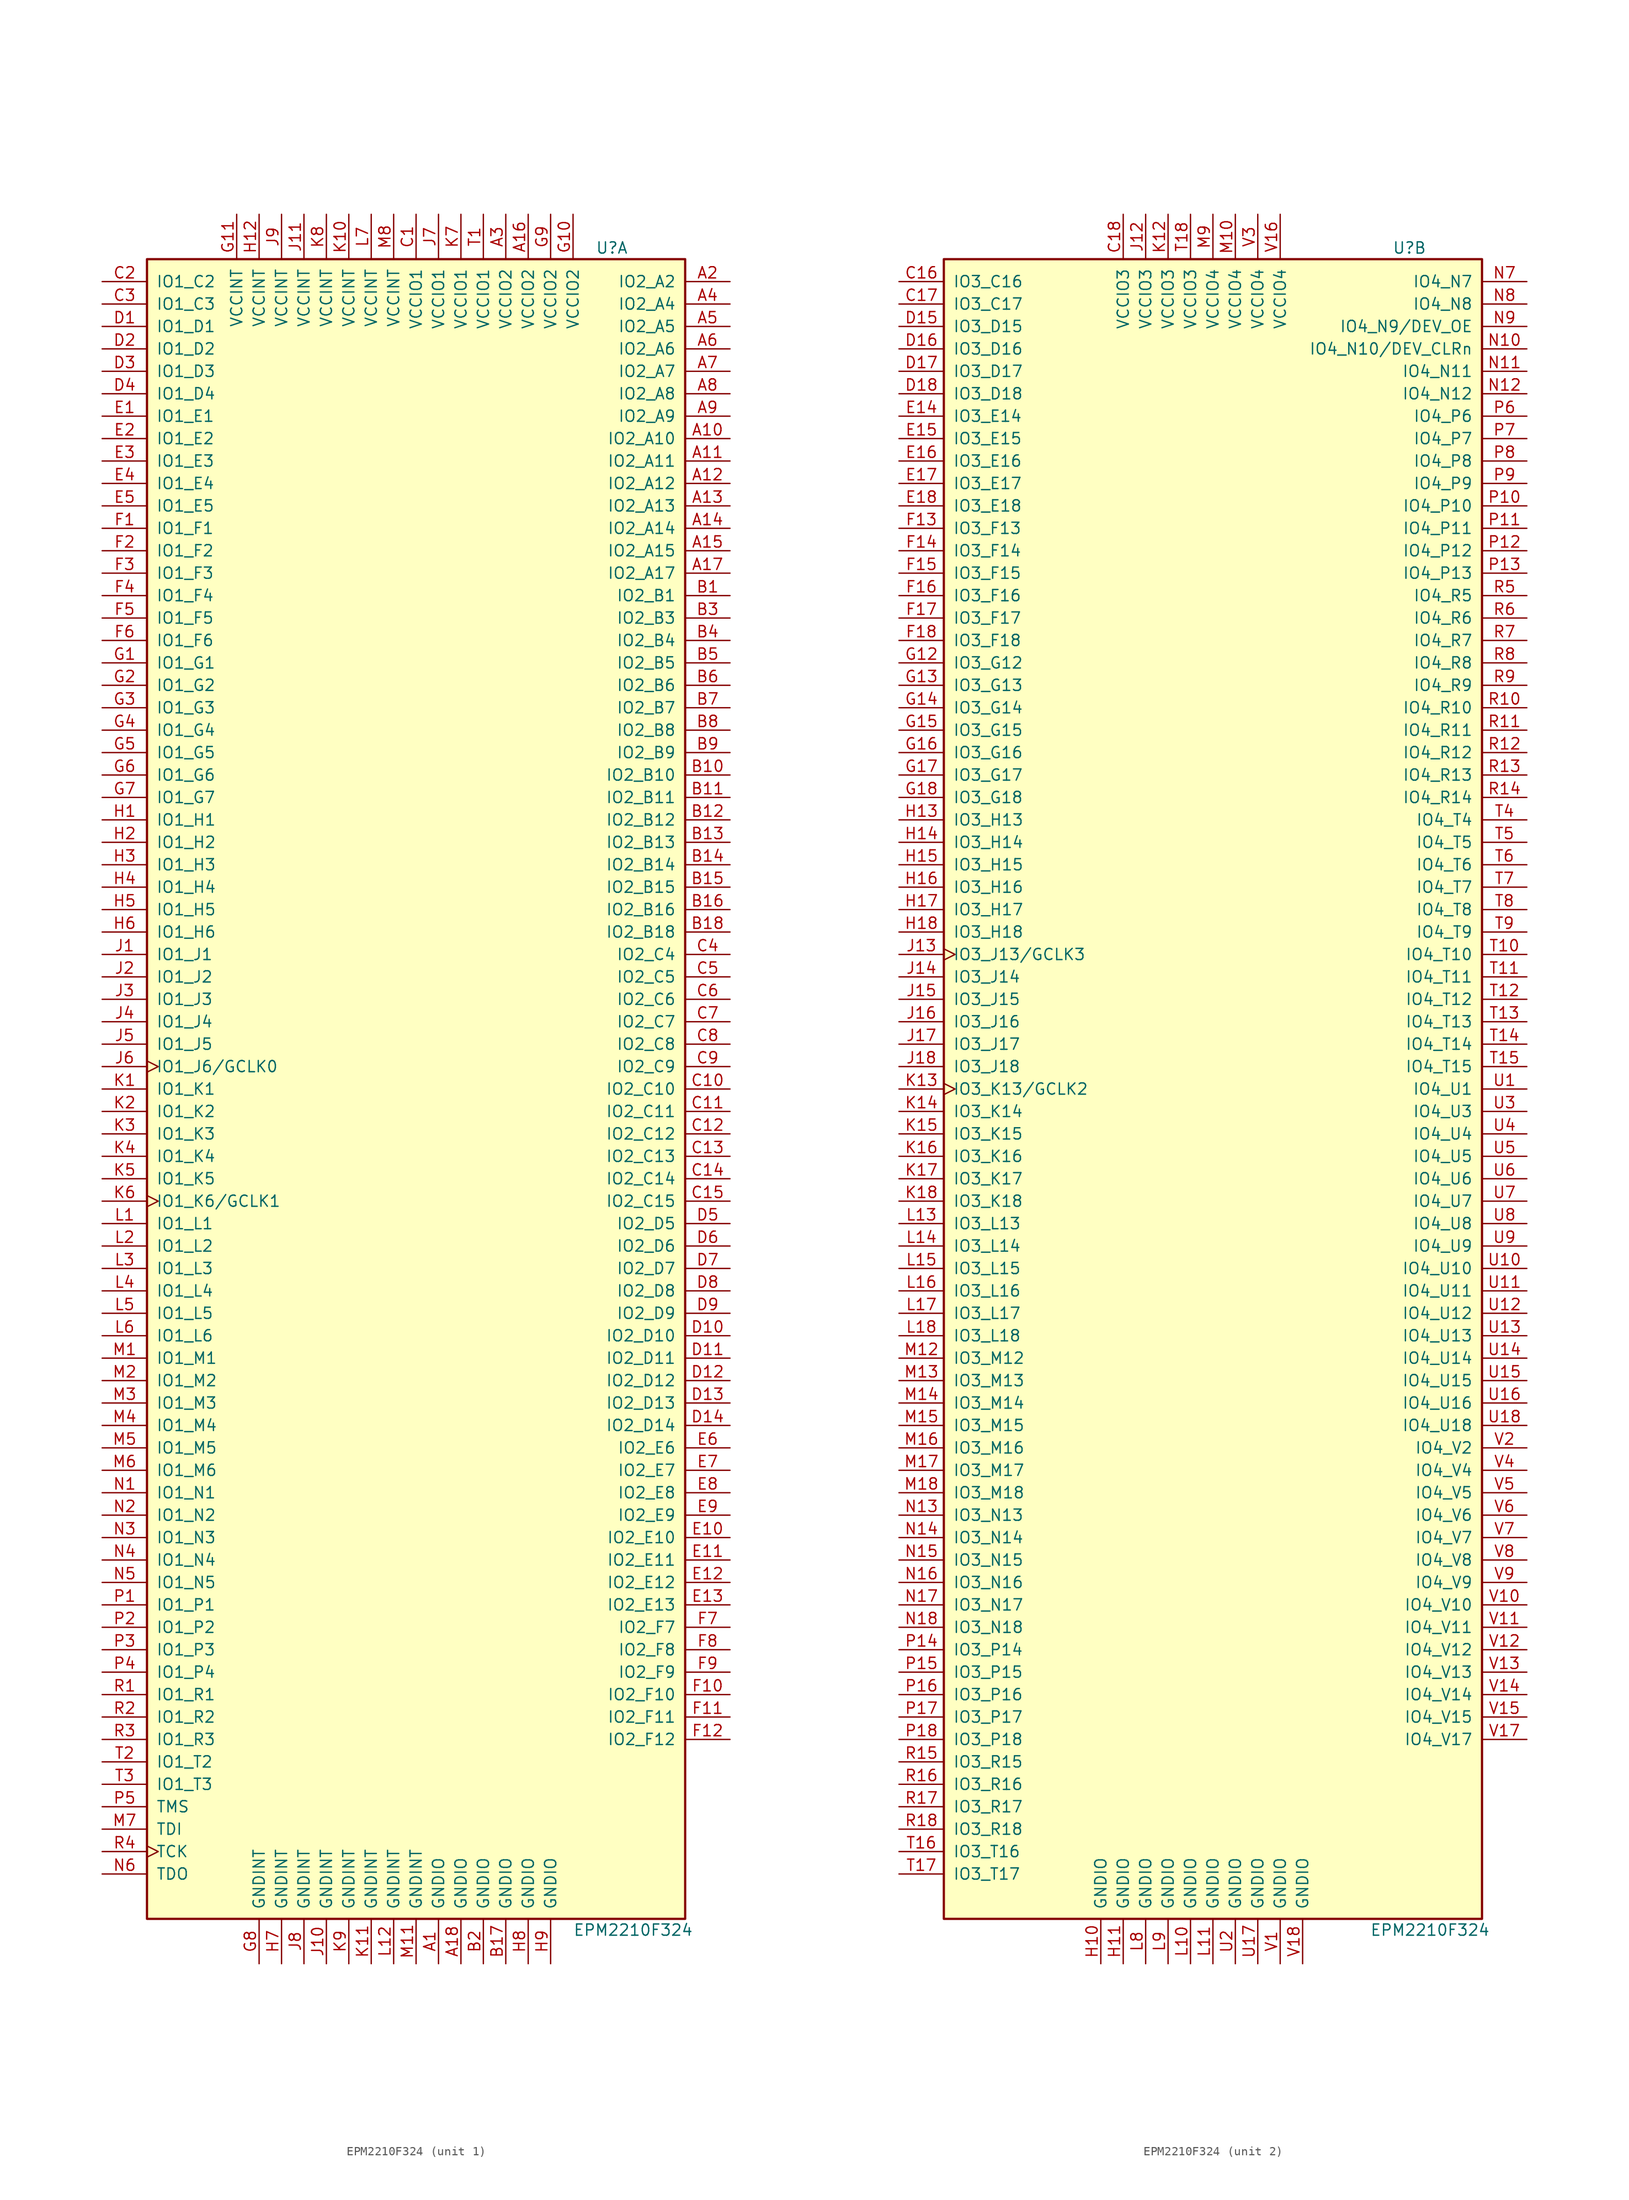
<source format=kicad_sym>
(kicad_symbol_lib
  (version 20241209)
  (generator "kicad_symbol_editor")
  (generator_version "9.0")
  (symbol "EPM2210F324"
    (pin_names
      (offset 1.016))
    (property "Reference" "U"
      (at 20.32 95.25 0)
      (effects (font (size 1.27 1.27)) (justify left)))
    (property "Value" "EPM2210F324"
      (at 17.78 -95.25 0)
      (effects (font (size 1.27 1.27)) (justify left)))
    (property "ki_locked" ""
      (at 0 0 0)
      (effects (font (size 1.27 1.27))))
    (symbol "EPM2210F324_1_1"
      (rectangle (start -30.48 93.98) (end 30.48 -93.98) (stroke (width 0.254) (type default)) (fill (type background)))
      (pin bidirectional line (at -35.56 91.44 0) (length 5.08) (name "IO1_C2" (effects (font (size 1.27 1.27)))) (number "C2" (effects (font (size 1.27 1.27)))))
      (pin bidirectional line (at -35.56 88.9 0) (length 5.08) (name "IO1_C3" (effects (font (size 1.27 1.27)))) (number "C3" (effects (font (size 1.27 1.27)))))
      (pin bidirectional line (at -35.56 86.36 0) (length 5.08) (name "IO1_D1" (effects (font (size 1.27 1.27)))) (number "D1" (effects (font (size 1.27 1.27)))))
      (pin bidirectional line (at -35.56 83.82 0) (length 5.08) (name "IO1_D2" (effects (font (size 1.27 1.27)))) (number "D2" (effects (font (size 1.27 1.27)))))
      (pin bidirectional line (at -35.56 81.28 0) (length 5.08) (name "IO1_D3" (effects (font (size 1.27 1.27)))) (number "D3" (effects (font (size 1.27 1.27)))))
      (pin bidirectional line (at -35.56 78.74 0) (length 5.08) (name "IO1_D4" (effects (font (size 1.27 1.27)))) (number "D4" (effects (font (size 1.27 1.27)))))
      (pin bidirectional line (at -35.56 76.2 0) (length 5.08) (name "IO1_E1" (effects (font (size 1.27 1.27)))) (number "E1" (effects (font (size 1.27 1.27)))))
      (pin bidirectional line (at -35.56 73.66 0) (length 5.08) (name "IO1_E2" (effects (font (size 1.27 1.27)))) (number "E2" (effects (font (size 1.27 1.27)))))
      (pin bidirectional line (at -35.56 71.12 0) (length 5.08) (name "IO1_E3" (effects (font (size 1.27 1.27)))) (number "E3" (effects (font (size 1.27 1.27)))))
      (pin bidirectional line (at -35.56 68.58 0) (length 5.08) (name "IO1_E4" (effects (font (size 1.27 1.27)))) (number "E4" (effects (font (size 1.27 1.27)))))
      (pin bidirectional line (at -35.56 66.04 0) (length 5.08) (name "IO1_E5" (effects (font (size 1.27 1.27)))) (number "E5" (effects (font (size 1.27 1.27)))))
      (pin bidirectional line (at -35.56 63.5 0) (length 5.08) (name "IO1_F1" (effects (font (size 1.27 1.27)))) (number "F1" (effects (font (size 1.27 1.27)))))
      (pin bidirectional line (at -35.56 60.96 0) (length 5.08) (name "IO1_F2" (effects (font (size 1.27 1.27)))) (number "F2" (effects (font (size 1.27 1.27)))))
      (pin bidirectional line (at -35.56 58.42 0) (length 5.08) (name "IO1_F3" (effects (font (size 1.27 1.27)))) (number "F3" (effects (font (size 1.27 1.27)))))
      (pin bidirectional line (at -35.56 55.88 0) (length 5.08) (name "IO1_F4" (effects (font (size 1.27 1.27)))) (number "F4" (effects (font (size 1.27 1.27)))))
      (pin bidirectional line (at -35.56 53.34 0) (length 5.08) (name "IO1_F5" (effects (font (size 1.27 1.27)))) (number "F5" (effects (font (size 1.27 1.27)))))
      (pin bidirectional line (at -35.56 50.8 0) (length 5.08) (name "IO1_F6" (effects (font (size 1.27 1.27)))) (number "F6" (effects (font (size 1.27 1.27)))))
      (pin bidirectional line (at -35.56 48.26 0) (length 5.08) (name "IO1_G1" (effects (font (size 1.27 1.27)))) (number "G1" (effects (font (size 1.27 1.27)))))
      (pin bidirectional line (at -35.56 45.72 0) (length 5.08) (name "IO1_G2" (effects (font (size 1.27 1.27)))) (number "G2" (effects (font (size 1.27 1.27)))))
      (pin bidirectional line (at -35.56 43.18 0) (length 5.08) (name "IO1_G3" (effects (font (size 1.27 1.27)))) (number "G3" (effects (font (size 1.27 1.27)))))
      (pin bidirectional line (at -35.56 40.64 0) (length 5.08) (name "IO1_G4" (effects (font (size 1.27 1.27)))) (number "G4" (effects (font (size 1.27 1.27)))))
      (pin bidirectional line (at -35.56 38.1 0) (length 5.08) (name "IO1_G5" (effects (font (size 1.27 1.27)))) (number "G5" (effects (font (size 1.27 1.27)))))
      (pin bidirectional line (at -35.56 35.56 0) (length 5.08) (name "IO1_G6" (effects (font (size 1.27 1.27)))) (number "G6" (effects (font (size 1.27 1.27)))))
      (pin bidirectional line (at -35.56 33.02 0) (length 5.08) (name "IO1_G7" (effects (font (size 1.27 1.27)))) (number "G7" (effects (font (size 1.27 1.27)))))
      (pin bidirectional line (at -35.56 30.48 0) (length 5.08) (name "IO1_H1" (effects (font (size 1.27 1.27)))) (number "H1" (effects (font (size 1.27 1.27)))))
      (pin bidirectional line (at -35.56 27.94 0) (length 5.08) (name "IO1_H2" (effects (font (size 1.27 1.27)))) (number "H2" (effects (font (size 1.27 1.27)))))
      (pin bidirectional line (at -35.56 25.4 0) (length 5.08) (name "IO1_H3" (effects (font (size 1.27 1.27)))) (number "H3" (effects (font (size 1.27 1.27)))))
      (pin bidirectional line (at -35.56 22.86 0) (length 5.08) (name "IO1_H4" (effects (font (size 1.27 1.27)))) (number "H4" (effects (font (size 1.27 1.27)))))
      (pin bidirectional line (at -35.56 20.32 0) (length 5.08) (name "IO1_H5" (effects (font (size 1.27 1.27)))) (number "H5" (effects (font (size 1.27 1.27)))))
      (pin bidirectional line (at -35.56 17.78 0) (length 5.08) (name "IO1_H6" (effects (font (size 1.27 1.27)))) (number "H6" (effects (font (size 1.27 1.27)))))
      (pin bidirectional line (at -35.56 15.24 0) (length 5.08) (name "IO1_J1" (effects (font (size 1.27 1.27)))) (number "J1" (effects (font (size 1.27 1.27)))))
      (pin bidirectional line (at -35.56 12.7 0) (length 5.08) (name "IO1_J2" (effects (font (size 1.27 1.27)))) (number "J2" (effects (font (size 1.27 1.27)))))
      (pin bidirectional line (at -35.56 10.16 0) (length 5.08) (name "IO1_J3" (effects (font (size 1.27 1.27)))) (number "J3" (effects (font (size 1.27 1.27)))))
      (pin bidirectional line (at -35.56 7.62 0) (length 5.08) (name "IO1_J4" (effects (font (size 1.27 1.27)))) (number "J4" (effects (font (size 1.27 1.27)))))
      (pin bidirectional line (at -35.56 5.08 0) (length 5.08) (name "IO1_J5" (effects (font (size 1.27 1.27)))) (number "J5" (effects (font (size 1.27 1.27)))))
      (pin bidirectional clock (at -35.56 2.54 0) (length 5.08) (name "IO1_J6/GCLK0" (effects (font (size 1.27 1.27)))) (number "J6" (effects (font (size 1.27 1.27)))))
      (pin bidirectional line (at -35.56 0 0) (length 5.08) (name "IO1_K1" (effects (font (size 1.27 1.27)))) (number "K1" (effects (font (size 1.27 1.27)))))
      (pin bidirectional line (at -35.56 -2.54 0) (length 5.08) (name "IO1_K2" (effects (font (size 1.27 1.27)))) (number "K2" (effects (font (size 1.27 1.27)))))
      (pin bidirectional line (at -35.56 -5.08 0) (length 5.08) (name "IO1_K3" (effects (font (size 1.27 1.27)))) (number "K3" (effects (font (size 1.27 1.27)))))
      (pin bidirectional line (at -35.56 -7.62 0) (length 5.08) (name "IO1_K4" (effects (font (size 1.27 1.27)))) (number "K4" (effects (font (size 1.27 1.27)))))
      (pin bidirectional line (at -35.56 -10.16 0) (length 5.08) (name "IO1_K5" (effects (font (size 1.27 1.27)))) (number "K5" (effects (font (size 1.27 1.27)))))
      (pin bidirectional clock (at -35.56 -12.7 0) (length 5.08) (name "IO1_K6/GCLK1" (effects (font (size 1.27 1.27)))) (number "K6" (effects (font (size 1.27 1.27)))))
      (pin bidirectional line (at -35.56 -15.24 0) (length 5.08) (name "IO1_L1" (effects (font (size 1.27 1.27)))) (number "L1" (effects (font (size 1.27 1.27)))))
      (pin bidirectional line (at -35.56 -17.78 0) (length 5.08) (name "IO1_L2" (effects (font (size 1.27 1.27)))) (number "L2" (effects (font (size 1.27 1.27)))))
      (pin bidirectional line (at -35.56 -20.32 0) (length 5.08) (name "IO1_L3" (effects (font (size 1.27 1.27)))) (number "L3" (effects (font (size 1.27 1.27)))))
      (pin bidirectional line (at -35.56 -22.86 0) (length 5.08) (name "IO1_L4" (effects (font (size 1.27 1.27)))) (number "L4" (effects (font (size 1.27 1.27)))))
      (pin bidirectional line (at -35.56 -25.4 0) (length 5.08) (name "IO1_L5" (effects (font (size 1.27 1.27)))) (number "L5" (effects (font (size 1.27 1.27)))))
      (pin bidirectional line (at -35.56 -27.94 0) (length 5.08) (name "IO1_L6" (effects (font (size 1.27 1.27)))) (number "L6" (effects (font (size 1.27 1.27)))))
      (pin bidirectional line (at -35.56 -30.48 0) (length 5.08) (name "IO1_M1" (effects (font (size 1.27 1.27)))) (number "M1" (effects (font (size 1.27 1.27)))))
      (pin bidirectional line (at -35.56 -33.02 0) (length 5.08) (name "IO1_M2" (effects (font (size 1.27 1.27)))) (number "M2" (effects (font (size 1.27 1.27)))))
      (pin bidirectional line (at -35.56 -35.56 0) (length 5.08) (name "IO1_M3" (effects (font (size 1.27 1.27)))) (number "M3" (effects (font (size 1.27 1.27)))))
      (pin bidirectional line (at -35.56 -38.1 0) (length 5.08) (name "IO1_M4" (effects (font (size 1.27 1.27)))) (number "M4" (effects (font (size 1.27 1.27)))))
      (pin bidirectional line (at -35.56 -40.64 0) (length 5.08) (name "IO1_M5" (effects (font (size 1.27 1.27)))) (number "M5" (effects (font (size 1.27 1.27)))))
      (pin bidirectional line (at -35.56 -43.18 0) (length 5.08) (name "IO1_M6" (effects (font (size 1.27 1.27)))) (number "M6" (effects (font (size 1.27 1.27)))))
      (pin bidirectional line (at -35.56 -45.72 0) (length 5.08) (name "IO1_N1" (effects (font (size 1.27 1.27)))) (number "N1" (effects (font (size 1.27 1.27)))))
      (pin bidirectional line (at -35.56 -48.26 0) (length 5.08) (name "IO1_N2" (effects (font (size 1.27 1.27)))) (number "N2" (effects (font (size 1.27 1.27)))))
      (pin bidirectional line (at -35.56 -50.8 0) (length 5.08) (name "IO1_N3" (effects (font (size 1.27 1.27)))) (number "N3" (effects (font (size 1.27 1.27)))))
      (pin bidirectional line (at -35.56 -53.34 0) (length 5.08) (name "IO1_N4" (effects (font (size 1.27 1.27)))) (number "N4" (effects (font (size 1.27 1.27)))))
      (pin bidirectional line (at -35.56 -55.88 0) (length 5.08) (name "IO1_N5" (effects (font (size 1.27 1.27)))) (number "N5" (effects (font (size 1.27 1.27)))))
      (pin bidirectional line (at -35.56 -58.42 0) (length 5.08) (name "IO1_P1" (effects (font (size 1.27 1.27)))) (number "P1" (effects (font (size 1.27 1.27)))))
      (pin bidirectional line (at -35.56 -60.96 0) (length 5.08) (name "IO1_P2" (effects (font (size 1.27 1.27)))) (number "P2" (effects (font (size 1.27 1.27)))))
      (pin bidirectional line (at -35.56 -63.5 0) (length 5.08) (name "IO1_P3" (effects (font (size 1.27 1.27)))) (number "P3" (effects (font (size 1.27 1.27)))))
      (pin bidirectional line (at -35.56 -66.04 0) (length 5.08) (name "IO1_P4" (effects (font (size 1.27 1.27)))) (number "P4" (effects (font (size 1.27 1.27)))))
      (pin bidirectional line (at -35.56 -68.58 0) (length 5.08) (name "IO1_R1" (effects (font (size 1.27 1.27)))) (number "R1" (effects (font (size 1.27 1.27)))))
      (pin bidirectional line (at -35.56 -71.12 0) (length 5.08) (name "IO1_R2" (effects (font (size 1.27 1.27)))) (number "R2" (effects (font (size 1.27 1.27)))))
      (pin bidirectional line (at -35.56 -73.66 0) (length 5.08) (name "IO1_R3" (effects (font (size 1.27 1.27)))) (number "R3" (effects (font (size 1.27 1.27)))))
      (pin bidirectional line (at -35.56 -76.2 0) (length 5.08) (name "IO1_T2" (effects (font (size 1.27 1.27)))) (number "T2" (effects (font (size 1.27 1.27)))))
      (pin bidirectional line (at -35.56 -78.74 0) (length 5.08) (name "IO1_T3" (effects (font (size 1.27 1.27)))) (number "T3" (effects (font (size 1.27 1.27)))))
      (pin input line (at -35.56 -81.28 0) (length 5.08) (name "TMS" (effects (font (size 1.27 1.27)))) (number "P5" (effects (font (size 1.27 1.27)))))
      (pin input line (at -35.56 -83.82 0) (length 5.08) (name "TDI" (effects (font (size 1.27 1.27)))) (number "M7" (effects (font (size 1.27 1.27)))))
      (pin input clock (at -35.56 -86.36 0) (length 5.08) (name "TCK" (effects (font (size 1.27 1.27)))) (number "R4" (effects (font (size 1.27 1.27)))))
      (pin output line (at -35.56 -88.9 0) (length 5.08) (name "TDO" (effects (font (size 1.27 1.27)))) (number "N6" (effects (font (size 1.27 1.27)))))
      (pin power_in line (at -20.32 99.06 270) (length 5.08) (name "VCCINT" (effects (font (size 1.27 1.27)))) (number "G11" (effects (font (size 1.27 1.27)))))
      (pin power_in line (at -17.78 99.06 270) (length 5.08) (name "VCCINT" (effects (font (size 1.27 1.27)))) (number "H12" (effects (font (size 1.27 1.27)))))
      (pin power_in line (at -17.78 -99.06 90) (length 5.08) (name "GNDINT" (effects (font (size 1.27 1.27)))) (number "G8" (effects (font (size 1.27 1.27)))))
      (pin power_in line (at -15.24 99.06 270) (length 5.08) (name "VCCINT" (effects (font (size 1.27 1.27)))) (number "J9" (effects (font (size 1.27 1.27)))))
      (pin power_in line (at -15.24 -99.06 90) (length 5.08) (name "GNDINT" (effects (font (size 1.27 1.27)))) (number "H7" (effects (font (size 1.27 1.27)))))
      (pin power_in line (at -12.7 99.06 270) (length 5.08) (name "VCCINT" (effects (font (size 1.27 1.27)))) (number "J11" (effects (font (size 1.27 1.27)))))
      (pin power_in line (at -12.7 -99.06 90) (length 5.08) (name "GNDINT" (effects (font (size 1.27 1.27)))) (number "J8" (effects (font (size 1.27 1.27)))))
      (pin power_in line (at -10.16 99.06 270) (length 5.08) (name "VCCINT" (effects (font (size 1.27 1.27)))) (number "K8" (effects (font (size 1.27 1.27)))))
      (pin power_in line (at -10.16 -99.06 90) (length 5.08) (name "GNDINT" (effects (font (size 1.27 1.27)))) (number "J10" (effects (font (size 1.27 1.27)))))
      (pin power_in line (at -7.62 99.06 270) (length 5.08) (name "VCCINT" (effects (font (size 1.27 1.27)))) (number "K10" (effects (font (size 1.27 1.27)))))
      (pin power_in line (at -7.62 -99.06 90) (length 5.08) (name "GNDINT" (effects (font (size 1.27 1.27)))) (number "K9" (effects (font (size 1.27 1.27)))))
      (pin power_in line (at -5.08 99.06 270) (length 5.08) (name "VCCINT" (effects (font (size 1.27 1.27)))) (number "L7" (effects (font (size 1.27 1.27)))))
      (pin power_in line (at -5.08 -99.06 90) (length 5.08) (name "GNDINT" (effects (font (size 1.27 1.27)))) (number "K11" (effects (font (size 1.27 1.27)))))
      (pin power_in line (at -2.54 99.06 270) (length 5.08) (name "VCCINT" (effects (font (size 1.27 1.27)))) (number "M8" (effects (font (size 1.27 1.27)))))
      (pin power_in line (at -2.54 -99.06 90) (length 5.08) (name "GNDINT" (effects (font (size 1.27 1.27)))) (number "L12" (effects (font (size 1.27 1.27)))))
      (pin power_in line (at 0 99.06 270) (length 5.08) (name "VCCIO1" (effects (font (size 1.27 1.27)))) (number "C1" (effects (font (size 1.27 1.27)))))
      (pin power_in line (at 0 -99.06 90) (length 5.08) (name "GNDINT" (effects (font (size 1.27 1.27)))) (number "M11" (effects (font (size 1.27 1.27)))))
      (pin power_in line (at 2.54 99.06 270) (length 5.08) (name "VCCIO1" (effects (font (size 1.27 1.27)))) (number "J7" (effects (font (size 1.27 1.27)))))
      (pin power_in line (at 2.54 -99.06 90) (length 5.08) (name "GNDIO" (effects (font (size 1.27 1.27)))) (number "A1" (effects (font (size 1.27 1.27)))))
      (pin power_in line (at 5.08 99.06 270) (length 5.08) (name "VCCIO1" (effects (font (size 1.27 1.27)))) (number "K7" (effects (font (size 1.27 1.27)))))
      (pin power_in line (at 5.08 -99.06 90) (length 5.08) (name "GNDIO" (effects (font (size 1.27 1.27)))) (number "A18" (effects (font (size 1.27 1.27)))))
      (pin power_in line (at 7.62 99.06 270) (length 5.08) (name "VCCIO1" (effects (font (size 1.27 1.27)))) (number "T1" (effects (font (size 1.27 1.27)))))
      (pin power_in line (at 7.62 -99.06 90) (length 5.08) (name "GNDIO" (effects (font (size 1.27 1.27)))) (number "B2" (effects (font (size 1.27 1.27)))))
      (pin power_in line (at 10.16 99.06 270) (length 5.08) (name "VCCIO2" (effects (font (size 1.27 1.27)))) (number "A3" (effects (font (size 1.27 1.27)))))
      (pin power_in line (at 10.16 -99.06 90) (length 5.08) (name "GNDIO" (effects (font (size 1.27 1.27)))) (number "B17" (effects (font (size 1.27 1.27)))))
      (pin power_in line (at 12.7 99.06 270) (length 5.08) (name "VCCIO2" (effects (font (size 1.27 1.27)))) (number "A16" (effects (font (size 1.27 1.27)))))
      (pin power_in line (at 12.7 -99.06 90) (length 5.08) (name "GNDIO" (effects (font (size 1.27 1.27)))) (number "H8" (effects (font (size 1.27 1.27)))))
      (pin power_in line (at 15.24 99.06 270) (length 5.08) (name "VCCIO2" (effects (font (size 1.27 1.27)))) (number "G9" (effects (font (size 1.27 1.27)))))
      (pin power_in line (at 15.24 -99.06 90) (length 5.08) (name "GNDIO" (effects (font (size 1.27 1.27)))) (number "H9" (effects (font (size 1.27 1.27)))))
      (pin power_in line (at 17.78 99.06 270) (length 5.08) (name "VCCIO2" (effects (font (size 1.27 1.27)))) (number "G10" (effects (font (size 1.27 1.27)))))
      (pin bidirectional line (at 35.56 91.44 180) (length 5.08) (name "IO2_A2" (effects (font (size 1.27 1.27)))) (number "A2" (effects (font (size 1.27 1.27)))))
      (pin bidirectional line (at 35.56 88.9 180) (length 5.08) (name "IO2_A4" (effects (font (size 1.27 1.27)))) (number "A4" (effects (font (size 1.27 1.27)))))
      (pin bidirectional line (at 35.56 86.36 180) (length 5.08) (name "IO2_A5" (effects (font (size 1.27 1.27)))) (number "A5" (effects (font (size 1.27 1.27)))))
      (pin bidirectional line (at 35.56 83.82 180) (length 5.08) (name "IO2_A6" (effects (font (size 1.27 1.27)))) (number "A6" (effects (font (size 1.27 1.27)))))
      (pin bidirectional line (at 35.56 81.28 180) (length 5.08) (name "IO2_A7" (effects (font (size 1.27 1.27)))) (number "A7" (effects (font (size 1.27 1.27)))))
      (pin bidirectional line (at 35.56 78.74 180) (length 5.08) (name "IO2_A8" (effects (font (size 1.27 1.27)))) (number "A8" (effects (font (size 1.27 1.27)))))
      (pin bidirectional line (at 35.56 76.2 180) (length 5.08) (name "IO2_A9" (effects (font (size 1.27 1.27)))) (number "A9" (effects (font (size 1.27 1.27)))))
      (pin bidirectional line (at 35.56 73.66 180) (length 5.08) (name "IO2_A10" (effects (font (size 1.27 1.27)))) (number "A10" (effects (font (size 1.27 1.27)))))
      (pin bidirectional line (at 35.56 71.12 180) (length 5.08) (name "IO2_A11" (effects (font (size 1.27 1.27)))) (number "A11" (effects (font (size 1.27 1.27)))))
      (pin bidirectional line (at 35.56 68.58 180) (length 5.08) (name "IO2_A12" (effects (font (size 1.27 1.27)))) (number "A12" (effects (font (size 1.27 1.27)))))
      (pin bidirectional line (at 35.56 66.04 180) (length 5.08) (name "IO2_A13" (effects (font (size 1.27 1.27)))) (number "A13" (effects (font (size 1.27 1.27)))))
      (pin bidirectional line (at 35.56 63.5 180) (length 5.08) (name "IO2_A14" (effects (font (size 1.27 1.27)))) (number "A14" (effects (font (size 1.27 1.27)))))
      (pin bidirectional line (at 35.56 60.96 180) (length 5.08) (name "IO2_A15" (effects (font (size 1.27 1.27)))) (number "A15" (effects (font (size 1.27 1.27)))))
      (pin bidirectional line (at 35.56 58.42 180) (length 5.08) (name "IO2_A17" (effects (font (size 1.27 1.27)))) (number "A17" (effects (font (size 1.27 1.27)))))
      (pin bidirectional line (at 35.56 55.88 180) (length 5.08) (name "IO2_B1" (effects (font (size 1.27 1.27)))) (number "B1" (effects (font (size 1.27 1.27)))))
      (pin bidirectional line (at 35.56 53.34 180) (length 5.08) (name "IO2_B3" (effects (font (size 1.27 1.27)))) (number "B3" (effects (font (size 1.27 1.27)))))
      (pin bidirectional line (at 35.56 50.8 180) (length 5.08) (name "IO2_B4" (effects (font (size 1.27 1.27)))) (number "B4" (effects (font (size 1.27 1.27)))))
      (pin bidirectional line (at 35.56 48.26 180) (length 5.08) (name "IO2_B5" (effects (font (size 1.27 1.27)))) (number "B5" (effects (font (size 1.27 1.27)))))
      (pin bidirectional line (at 35.56 45.72 180) (length 5.08) (name "IO2_B6" (effects (font (size 1.27 1.27)))) (number "B6" (effects (font (size 1.27 1.27)))))
      (pin bidirectional line (at 35.56 43.18 180) (length 5.08) (name "IO2_B7" (effects (font (size 1.27 1.27)))) (number "B7" (effects (font (size 1.27 1.27)))))
      (pin bidirectional line (at 35.56 40.64 180) (length 5.08) (name "IO2_B8" (effects (font (size 1.27 1.27)))) (number "B8" (effects (font (size 1.27 1.27)))))
      (pin bidirectional line (at 35.56 38.1 180) (length 5.08) (name "IO2_B9" (effects (font (size 1.27 1.27)))) (number "B9" (effects (font (size 1.27 1.27)))))
      (pin bidirectional line (at 35.56 35.56 180) (length 5.08) (name "IO2_B10" (effects (font (size 1.27 1.27)))) (number "B10" (effects (font (size 1.27 1.27)))))
      (pin bidirectional line (at 35.56 33.02 180) (length 5.08) (name "IO2_B11" (effects (font (size 1.27 1.27)))) (number "B11" (effects (font (size 1.27 1.27)))))
      (pin bidirectional line (at 35.56 30.48 180) (length 5.08) (name "IO2_B12" (effects (font (size 1.27 1.27)))) (number "B12" (effects (font (size 1.27 1.27)))))
      (pin bidirectional line (at 35.56 27.94 180) (length 5.08) (name "IO2_B13" (effects (font (size 1.27 1.27)))) (number "B13" (effects (font (size 1.27 1.27)))))
      (pin bidirectional line (at 35.56 25.4 180) (length 5.08) (name "IO2_B14" (effects (font (size 1.27 1.27)))) (number "B14" (effects (font (size 1.27 1.27)))))
      (pin bidirectional line (at 35.56 22.86 180) (length 5.08) (name "IO2_B15" (effects (font (size 1.27 1.27)))) (number "B15" (effects (font (size 1.27 1.27)))))
      (pin bidirectional line (at 35.56 20.32 180) (length 5.08) (name "IO2_B16" (effects (font (size 1.27 1.27)))) (number "B16" (effects (font (size 1.27 1.27)))))
      (pin bidirectional line (at 35.56 17.78 180) (length 5.08) (name "IO2_B18" (effects (font (size 1.27 1.27)))) (number "B18" (effects (font (size 1.27 1.27)))))
      (pin bidirectional line (at 35.56 15.24 180) (length 5.08) (name "IO2_C4" (effects (font (size 1.27 1.27)))) (number "C4" (effects (font (size 1.27 1.27)))))
      (pin bidirectional line (at 35.56 12.7 180) (length 5.08) (name "IO2_C5" (effects (font (size 1.27 1.27)))) (number "C5" (effects (font (size 1.27 1.27)))))
      (pin bidirectional line (at 35.56 10.16 180) (length 5.08) (name "IO2_C6" (effects (font (size 1.27 1.27)))) (number "C6" (effects (font (size 1.27 1.27)))))
      (pin bidirectional line (at 35.56 7.62 180) (length 5.08) (name "IO2_C7" (effects (font (size 1.27 1.27)))) (number "C7" (effects (font (size 1.27 1.27)))))
      (pin bidirectional line (at 35.56 5.08 180) (length 5.08) (name "IO2_C8" (effects (font (size 1.27 1.27)))) (number "C8" (effects (font (size 1.27 1.27)))))
      (pin bidirectional line (at 35.56 2.54 180) (length 5.08) (name "IO2_C9" (effects (font (size 1.27 1.27)))) (number "C9" (effects (font (size 1.27 1.27)))))
      (pin bidirectional line (at 35.56 0 180) (length 5.08) (name "IO2_C10" (effects (font (size 1.27 1.27)))) (number "C10" (effects (font (size 1.27 1.27)))))
      (pin bidirectional line (at 35.56 -2.54 180) (length 5.08) (name "IO2_C11" (effects (font (size 1.27 1.27)))) (number "C11" (effects (font (size 1.27 1.27)))))
      (pin bidirectional line (at 35.56 -5.08 180) (length 5.08) (name "IO2_C12" (effects (font (size 1.27 1.27)))) (number "C12" (effects (font (size 1.27 1.27)))))
      (pin bidirectional line (at 35.56 -7.62 180) (length 5.08) (name "IO2_C13" (effects (font (size 1.27 1.27)))) (number "C13" (effects (font (size 1.27 1.27)))))
      (pin bidirectional line (at 35.56 -10.16 180) (length 5.08) (name "IO2_C14" (effects (font (size 1.27 1.27)))) (number "C14" (effects (font (size 1.27 1.27)))))
      (pin bidirectional line (at 35.56 -12.7 180) (length 5.08) (name "IO2_C15" (effects (font (size 1.27 1.27)))) (number "C15" (effects (font (size 1.27 1.27)))))
      (pin bidirectional line (at 35.56 -15.24 180) (length 5.08) (name "IO2_D5" (effects (font (size 1.27 1.27)))) (number "D5" (effects (font (size 1.27 1.27)))))
      (pin bidirectional line (at 35.56 -17.78 180) (length 5.08) (name "IO2_D6" (effects (font (size 1.27 1.27)))) (number "D6" (effects (font (size 1.27 1.27)))))
      (pin bidirectional line (at 35.56 -20.32 180) (length 5.08) (name "IO2_D7" (effects (font (size 1.27 1.27)))) (number "D7" (effects (font (size 1.27 1.27)))))
      (pin bidirectional line (at 35.56 -22.86 180) (length 5.08) (name "IO2_D8" (effects (font (size 1.27 1.27)))) (number "D8" (effects (font (size 1.27 1.27)))))
      (pin bidirectional line (at 35.56 -25.4 180) (length 5.08) (name "IO2_D9" (effects (font (size 1.27 1.27)))) (number "D9" (effects (font (size 1.27 1.27)))))
      (pin bidirectional line (at 35.56 -27.94 180) (length 5.08) (name "IO2_D10" (effects (font (size 1.27 1.27)))) (number "D10" (effects (font (size 1.27 1.27)))))
      (pin bidirectional line (at 35.56 -30.48 180) (length 5.08) (name "IO2_D11" (effects (font (size 1.27 1.27)))) (number "D11" (effects (font (size 1.27 1.27)))))
      (pin bidirectional line (at 35.56 -33.02 180) (length 5.08) (name "IO2_D12" (effects (font (size 1.27 1.27)))) (number "D12" (effects (font (size 1.27 1.27)))))
      (pin bidirectional line (at 35.56 -35.56 180) (length 5.08) (name "IO2_D13" (effects (font (size 1.27 1.27)))) (number "D13" (effects (font (size 1.27 1.27)))))
      (pin bidirectional line (at 35.56 -38.1 180) (length 5.08) (name "IO2_D14" (effects (font (size 1.27 1.27)))) (number "D14" (effects (font (size 1.27 1.27)))))
      (pin bidirectional line (at 35.56 -40.64 180) (length 5.08) (name "IO2_E6" (effects (font (size 1.27 1.27)))) (number "E6" (effects (font (size 1.27 1.27)))))
      (pin bidirectional line (at 35.56 -43.18 180) (length 5.08) (name "IO2_E7" (effects (font (size 1.27 1.27)))) (number "E7" (effects (font (size 1.27 1.27)))))
      (pin bidirectional line (at 35.56 -45.72 180) (length 5.08) (name "IO2_E8" (effects (font (size 1.27 1.27)))) (number "E8" (effects (font (size 1.27 1.27)))))
      (pin bidirectional line (at 35.56 -48.26 180) (length 5.08) (name "IO2_E9" (effects (font (size 1.27 1.27)))) (number "E9" (effects (font (size 1.27 1.27)))))
      (pin bidirectional line (at 35.56 -50.8 180) (length 5.08) (name "IO2_E10" (effects (font (size 1.27 1.27)))) (number "E10" (effects (font (size 1.27 1.27)))))
      (pin bidirectional line (at 35.56 -53.34 180) (length 5.08) (name "IO2_E11" (effects (font (size 1.27 1.27)))) (number "E11" (effects (font (size 1.27 1.27)))))
      (pin bidirectional line (at 35.56 -55.88 180) (length 5.08) (name "IO2_E12" (effects (font (size 1.27 1.27)))) (number "E12" (effects (font (size 1.27 1.27)))))
      (pin bidirectional line (at 35.56 -58.42 180) (length 5.08) (name "IO2_E13" (effects (font (size 1.27 1.27)))) (number "E13" (effects (font (size 1.27 1.27)))))
      (pin bidirectional line (at 35.56 -60.96 180) (length 5.08) (name "IO2_F7" (effects (font (size 1.27 1.27)))) (number "F7" (effects (font (size 1.27 1.27)))))
      (pin bidirectional line (at 35.56 -63.5 180) (length 5.08) (name "IO2_F8" (effects (font (size 1.27 1.27)))) (number "F8" (effects (font (size 1.27 1.27)))))
      (pin bidirectional line (at 35.56 -66.04 180) (length 5.08) (name "IO2_F9" (effects (font (size 1.27 1.27)))) (number "F9" (effects (font (size 1.27 1.27)))))
      (pin bidirectional line (at 35.56 -68.58 180) (length 5.08) (name "IO2_F10" (effects (font (size 1.27 1.27)))) (number "F10" (effects (font (size 1.27 1.27)))))
      (pin bidirectional line (at 35.56 -71.12 180) (length 5.08) (name "IO2_F11" (effects (font (size 1.27 1.27)))) (number "F11" (effects (font (size 1.27 1.27)))))
      (pin bidirectional line (at 35.56 -73.66 180) (length 5.08) (name "IO2_F12" (effects (font (size 1.27 1.27)))) (number "F12" (effects (font (size 1.27 1.27))))))
    (symbol "EPM2210F324_2_1"
      (rectangle (start -30.48 93.98) (end 30.48 -93.98) (stroke (width 0.254) (type default)) (fill (type background)))
      (pin bidirectional line (at -35.56 91.44 0) (length 5.08) (name "IO3_C16" (effects (font (size 1.27 1.27)))) (number "C16" (effects (font (size 1.27 1.27)))))
      (pin bidirectional line (at -35.56 88.9 0) (length 5.08) (name "IO3_C17" (effects (font (size 1.27 1.27)))) (number "C17" (effects (font (size 1.27 1.27)))))
      (pin bidirectional line (at -35.56 86.36 0) (length 5.08) (name "IO3_D15" (effects (font (size 1.27 1.27)))) (number "D15" (effects (font (size 1.27 1.27)))))
      (pin bidirectional line (at -35.56 83.82 0) (length 5.08) (name "IO3_D16" (effects (font (size 1.27 1.27)))) (number "D16" (effects (font (size 1.27 1.27)))))
      (pin bidirectional line (at -35.56 81.28 0) (length 5.08) (name "IO3_D17" (effects (font (size 1.27 1.27)))) (number "D17" (effects (font (size 1.27 1.27)))))
      (pin bidirectional line (at -35.56 78.74 0) (length 5.08) (name "IO3_D18" (effects (font (size 1.27 1.27)))) (number "D18" (effects (font (size 1.27 1.27)))))
      (pin bidirectional line (at -35.56 76.2 0) (length 5.08) (name "IO3_E14" (effects (font (size 1.27 1.27)))) (number "E14" (effects (font (size 1.27 1.27)))))
      (pin bidirectional line (at -35.56 73.66 0) (length 5.08) (name "IO3_E15" (effects (font (size 1.27 1.27)))) (number "E15" (effects (font (size 1.27 1.27)))))
      (pin bidirectional line (at -35.56 71.12 0) (length 5.08) (name "IO3_E16" (effects (font (size 1.27 1.27)))) (number "E16" (effects (font (size 1.27 1.27)))))
      (pin bidirectional line (at -35.56 68.58 0) (length 5.08) (name "IO3_E17" (effects (font (size 1.27 1.27)))) (number "E17" (effects (font (size 1.27 1.27)))))
      (pin bidirectional line (at -35.56 66.04 0) (length 5.08) (name "IO3_E18" (effects (font (size 1.27 1.27)))) (number "E18" (effects (font (size 1.27 1.27)))))
      (pin bidirectional line (at -35.56 63.5 0) (length 5.08) (name "IO3_F13" (effects (font (size 1.27 1.27)))) (number "F13" (effects (font (size 1.27 1.27)))))
      (pin bidirectional line (at -35.56 60.96 0) (length 5.08) (name "IO3_F14" (effects (font (size 1.27 1.27)))) (number "F14" (effects (font (size 1.27 1.27)))))
      (pin bidirectional line (at -35.56 58.42 0) (length 5.08) (name "IO3_F15" (effects (font (size 1.27 1.27)))) (number "F15" (effects (font (size 1.27 1.27)))))
      (pin bidirectional line (at -35.56 55.88 0) (length 5.08) (name "IO3_F16" (effects (font (size 1.27 1.27)))) (number "F16" (effects (font (size 1.27 1.27)))))
      (pin bidirectional line (at -35.56 53.34 0) (length 5.08) (name "IO3_F17" (effects (font (size 1.27 1.27)))) (number "F17" (effects (font (size 1.27 1.27)))))
      (pin bidirectional line (at -35.56 50.8 0) (length 5.08) (name "IO3_F18" (effects (font (size 1.27 1.27)))) (number "F18" (effects (font (size 1.27 1.27)))))
      (pin bidirectional line (at -35.56 48.26 0) (length 5.08) (name "IO3_G12" (effects (font (size 1.27 1.27)))) (number "G12" (effects (font (size 1.27 1.27)))))
      (pin bidirectional line (at -35.56 45.72 0) (length 5.08) (name "IO3_G13" (effects (font (size 1.27 1.27)))) (number "G13" (effects (font (size 1.27 1.27)))))
      (pin bidirectional line (at -35.56 43.18 0) (length 5.08) (name "IO3_G14" (effects (font (size 1.27 1.27)))) (number "G14" (effects (font (size 1.27 1.27)))))
      (pin bidirectional line (at -35.56 40.64 0) (length 5.08) (name "IO3_G15" (effects (font (size 1.27 1.27)))) (number "G15" (effects (font (size 1.27 1.27)))))
      (pin bidirectional line (at -35.56 38.1 0) (length 5.08) (name "IO3_G16" (effects (font (size 1.27 1.27)))) (number "G16" (effects (font (size 1.27 1.27)))))
      (pin bidirectional line (at -35.56 35.56 0) (length 5.08) (name "IO3_G17" (effects (font (size 1.27 1.27)))) (number "G17" (effects (font (size 1.27 1.27)))))
      (pin bidirectional line (at -35.56 33.02 0) (length 5.08) (name "IO3_G18" (effects (font (size 1.27 1.27)))) (number "G18" (effects (font (size 1.27 1.27)))))
      (pin bidirectional line (at -35.56 30.48 0) (length 5.08) (name "IO3_H13" (effects (font (size 1.27 1.27)))) (number "H13" (effects (font (size 1.27 1.27)))))
      (pin bidirectional line (at -35.56 27.94 0) (length 5.08) (name "IO3_H14" (effects (font (size 1.27 1.27)))) (number "H14" (effects (font (size 1.27 1.27)))))
      (pin bidirectional line (at -35.56 25.4 0) (length 5.08) (name "IO3_H15" (effects (font (size 1.27 1.27)))) (number "H15" (effects (font (size 1.27 1.27)))))
      (pin bidirectional line (at -35.56 22.86 0) (length 5.08) (name "IO3_H16" (effects (font (size 1.27 1.27)))) (number "H16" (effects (font (size 1.27 1.27)))))
      (pin bidirectional line (at -35.56 20.32 0) (length 5.08) (name "IO3_H17" (effects (font (size 1.27 1.27)))) (number "H17" (effects (font (size 1.27 1.27)))))
      (pin bidirectional line (at -35.56 17.78 0) (length 5.08) (name "IO3_H18" (effects (font (size 1.27 1.27)))) (number "H18" (effects (font (size 1.27 1.27)))))
      (pin bidirectional clock (at -35.56 15.24 0) (length 5.08) (name "IO3_J13/GCLK3" (effects (font (size 1.27 1.27)))) (number "J13" (effects (font (size 1.27 1.27)))))
      (pin bidirectional line (at -35.56 12.7 0) (length 5.08) (name "IO3_J14" (effects (font (size 1.27 1.27)))) (number "J14" (effects (font (size 1.27 1.27)))))
      (pin bidirectional line (at -35.56 10.16 0) (length 5.08) (name "IO3_J15" (effects (font (size 1.27 1.27)))) (number "J15" (effects (font (size 1.27 1.27)))))
      (pin bidirectional line (at -35.56 7.62 0) (length 5.08) (name "IO3_J16" (effects (font (size 1.27 1.27)))) (number "J16" (effects (font (size 1.27 1.27)))))
      (pin bidirectional line (at -35.56 5.08 0) (length 5.08) (name "IO3_J17" (effects (font (size 1.27 1.27)))) (number "J17" (effects (font (size 1.27 1.27)))))
      (pin bidirectional line (at -35.56 2.54 0) (length 5.08) (name "IO3_J18" (effects (font (size 1.27 1.27)))) (number "J18" (effects (font (size 1.27 1.27)))))
      (pin bidirectional clock (at -35.56 0 0) (length 5.08) (name "IO3_K13/GCLK2" (effects (font (size 1.27 1.27)))) (number "K13" (effects (font (size 1.27 1.27)))))
      (pin bidirectional line (at -35.56 -2.54 0) (length 5.08) (name "IO3_K14" (effects (font (size 1.27 1.27)))) (number "K14" (effects (font (size 1.27 1.27)))))
      (pin bidirectional line (at -35.56 -5.08 0) (length 5.08) (name "IO3_K15" (effects (font (size 1.27 1.27)))) (number "K15" (effects (font (size 1.27 1.27)))))
      (pin bidirectional line (at -35.56 -7.62 0) (length 5.08) (name "IO3_K16" (effects (font (size 1.27 1.27)))) (number "K16" (effects (font (size 1.27 1.27)))))
      (pin bidirectional line (at -35.56 -10.16 0) (length 5.08) (name "IO3_K17" (effects (font (size 1.27 1.27)))) (number "K17" (effects (font (size 1.27 1.27)))))
      (pin bidirectional line (at -35.56 -12.7 0) (length 5.08) (name "IO3_K18" (effects (font (size 1.27 1.27)))) (number "K18" (effects (font (size 1.27 1.27)))))
      (pin bidirectional line (at -35.56 -15.24 0) (length 5.08) (name "IO3_L13" (effects (font (size 1.27 1.27)))) (number "L13" (effects (font (size 1.27 1.27)))))
      (pin bidirectional line (at -35.56 -17.78 0) (length 5.08) (name "IO3_L14" (effects (font (size 1.27 1.27)))) (number "L14" (effects (font (size 1.27 1.27)))))
      (pin bidirectional line (at -35.56 -20.32 0) (length 5.08) (name "IO3_L15" (effects (font (size 1.27 1.27)))) (number "L15" (effects (font (size 1.27 1.27)))))
      (pin bidirectional line (at -35.56 -22.86 0) (length 5.08) (name "IO3_L16" (effects (font (size 1.27 1.27)))) (number "L16" (effects (font (size 1.27 1.27)))))
      (pin bidirectional line (at -35.56 -25.4 0) (length 5.08) (name "IO3_L17" (effects (font (size 1.27 1.27)))) (number "L17" (effects (font (size 1.27 1.27)))))
      (pin bidirectional line (at -35.56 -27.94 0) (length 5.08) (name "IO3_L18" (effects (font (size 1.27 1.27)))) (number "L18" (effects (font (size 1.27 1.27)))))
      (pin bidirectional line (at -35.56 -30.48 0) (length 5.08) (name "IO3_M12" (effects (font (size 1.27 1.27)))) (number "M12" (effects (font (size 1.27 1.27)))))
      (pin bidirectional line (at -35.56 -33.02 0) (length 5.08) (name "IO3_M13" (effects (font (size 1.27 1.27)))) (number "M13" (effects (font (size 1.27 1.27)))))
      (pin bidirectional line (at -35.56 -35.56 0) (length 5.08) (name "IO3_M14" (effects (font (size 1.27 1.27)))) (number "M14" (effects (font (size 1.27 1.27)))))
      (pin bidirectional line (at -35.56 -38.1 0) (length 5.08) (name "IO3_M15" (effects (font (size 1.27 1.27)))) (number "M15" (effects (font (size 1.27 1.27)))))
      (pin bidirectional line (at -35.56 -40.64 0) (length 5.08) (name "IO3_M16" (effects (font (size 1.27 1.27)))) (number "M16" (effects (font (size 1.27 1.27)))))
      (pin bidirectional line (at -35.56 -43.18 0) (length 5.08) (name "IO3_M17" (effects (font (size 1.27 1.27)))) (number "M17" (effects (font (size 1.27 1.27)))))
      (pin bidirectional line (at -35.56 -45.72 0) (length 5.08) (name "IO3_M18" (effects (font (size 1.27 1.27)))) (number "M18" (effects (font (size 1.27 1.27)))))
      (pin bidirectional line (at -35.56 -48.26 0) (length 5.08) (name "IO3_N13" (effects (font (size 1.27 1.27)))) (number "N13" (effects (font (size 1.27 1.27)))))
      (pin bidirectional line (at -35.56 -50.8 0) (length 5.08) (name "IO3_N14" (effects (font (size 1.27 1.27)))) (number "N14" (effects (font (size 1.27 1.27)))))
      (pin bidirectional line (at -35.56 -53.34 0) (length 5.08) (name "IO3_N15" (effects (font (size 1.27 1.27)))) (number "N15" (effects (font (size 1.27 1.27)))))
      (pin bidirectional line (at -35.56 -55.88 0) (length 5.08) (name "IO3_N16" (effects (font (size 1.27 1.27)))) (number "N16" (effects (font (size 1.27 1.27)))))
      (pin bidirectional line (at -35.56 -58.42 0) (length 5.08) (name "IO3_N17" (effects (font (size 1.27 1.27)))) (number "N17" (effects (font (size 1.27 1.27)))))
      (pin bidirectional line (at -35.56 -60.96 0) (length 5.08) (name "IO3_N18" (effects (font (size 1.27 1.27)))) (number "N18" (effects (font (size 1.27 1.27)))))
      (pin bidirectional line (at -35.56 -63.5 0) (length 5.08) (name "IO3_P14" (effects (font (size 1.27 1.27)))) (number "P14" (effects (font (size 1.27 1.27)))))
      (pin bidirectional line (at -35.56 -66.04 0) (length 5.08) (name "IO3_P15" (effects (font (size 1.27 1.27)))) (number "P15" (effects (font (size 1.27 1.27)))))
      (pin bidirectional line (at -35.56 -68.58 0) (length 5.08) (name "IO3_P16" (effects (font (size 1.27 1.27)))) (number "P16" (effects (font (size 1.27 1.27)))))
      (pin bidirectional line (at -35.56 -71.12 0) (length 5.08) (name "IO3_P17" (effects (font (size 1.27 1.27)))) (number "P17" (effects (font (size 1.27 1.27)))))
      (pin bidirectional line (at -35.56 -73.66 0) (length 5.08) (name "IO3_P18" (effects (font (size 1.27 1.27)))) (number "P18" (effects (font (size 1.27 1.27)))))
      (pin bidirectional line (at -35.56 -76.2 0) (length 5.08) (name "IO3_R15" (effects (font (size 1.27 1.27)))) (number "R15" (effects (font (size 1.27 1.27)))))
      (pin bidirectional line (at -35.56 -78.74 0) (length 5.08) (name "IO3_R16" (effects (font (size 1.27 1.27)))) (number "R16" (effects (font (size 1.27 1.27)))))
      (pin bidirectional line (at -35.56 -81.28 0) (length 5.08) (name "IO3_R17" (effects (font (size 1.27 1.27)))) (number "R17" (effects (font (size 1.27 1.27)))))
      (pin bidirectional line (at -35.56 -83.82 0) (length 5.08) (name "IO3_R18" (effects (font (size 1.27 1.27)))) (number "R18" (effects (font (size 1.27 1.27)))))
      (pin bidirectional line (at -35.56 -86.36 0) (length 5.08) (name "IO3_T16" (effects (font (size 1.27 1.27)))) (number "T16" (effects (font (size 1.27 1.27)))))
      (pin bidirectional line (at -35.56 -88.9 0) (length 5.08) (name "IO3_T17" (effects (font (size 1.27 1.27)))) (number "T17" (effects (font (size 1.27 1.27)))))
      (pin power_in line (at -12.7 -99.06 90) (length 5.08) (name "GNDIO" (effects (font (size 1.27 1.27)))) (number "H10" (effects (font (size 1.27 1.27)))))
      (pin power_in line (at -10.16 99.06 270) (length 5.08) (name "VCCIO3" (effects (font (size 1.27 1.27)))) (number "C18" (effects (font (size 1.27 1.27)))))
      (pin power_in line (at -10.16 -99.06 90) (length 5.08) (name "GNDIO" (effects (font (size 1.27 1.27)))) (number "H11" (effects (font (size 1.27 1.27)))))
      (pin power_in line (at -7.62 99.06 270) (length 5.08) (name "VCCIO3" (effects (font (size 1.27 1.27)))) (number "J12" (effects (font (size 1.27 1.27)))))
      (pin power_in line (at -7.62 -99.06 90) (length 5.08) (name "GNDIO" (effects (font (size 1.27 1.27)))) (number "L8" (effects (font (size 1.27 1.27)))))
      (pin power_in line (at -5.08 99.06 270) (length 5.08) (name "VCCIO3" (effects (font (size 1.27 1.27)))) (number "K12" (effects (font (size 1.27 1.27)))))
      (pin power_in line (at -5.08 -99.06 90) (length 5.08) (name "GNDIO" (effects (font (size 1.27 1.27)))) (number "L9" (effects (font (size 1.27 1.27)))))
      (pin power_in line (at -2.54 99.06 270) (length 5.08) (name "VCCIO3" (effects (font (size 1.27 1.27)))) (number "T18" (effects (font (size 1.27 1.27)))))
      (pin power_in line (at -2.54 -99.06 90) (length 5.08) (name "GNDIO" (effects (font (size 1.27 1.27)))) (number "L10" (effects (font (size 1.27 1.27)))))
      (pin power_in line (at 0 99.06 270) (length 5.08) (name "VCCIO4" (effects (font (size 1.27 1.27)))) (number "M9" (effects (font (size 1.27 1.27)))))
      (pin power_in line (at 0 -99.06 90) (length 5.08) (name "GNDIO" (effects (font (size 1.27 1.27)))) (number "L11" (effects (font (size 1.27 1.27)))))
      (pin power_in line (at 2.54 99.06 270) (length 5.08) (name "VCCIO4" (effects (font (size 1.27 1.27)))) (number "M10" (effects (font (size 1.27 1.27)))))
      (pin power_in line (at 2.54 -99.06 90) (length 5.08) (name "GNDIO" (effects (font (size 1.27 1.27)))) (number "U2" (effects (font (size 1.27 1.27)))))
      (pin power_in line (at 5.08 99.06 270) (length 5.08) (name "VCCIO4" (effects (font (size 1.27 1.27)))) (number "V3" (effects (font (size 1.27 1.27)))))
      (pin power_in line (at 5.08 -99.06 90) (length 5.08) (name "GNDIO" (effects (font (size 1.27 1.27)))) (number "U17" (effects (font (size 1.27 1.27)))))
      (pin power_in line (at 7.62 99.06 270) (length 5.08) (name "VCCIO4" (effects (font (size 1.27 1.27)))) (number "V16" (effects (font (size 1.27 1.27)))))
      (pin power_in line (at 7.62 -99.06 90) (length 5.08) (name "GNDIO" (effects (font (size 1.27 1.27)))) (number "V1" (effects (font (size 1.27 1.27)))))
      (pin power_in line (at 10.16 -99.06 90) (length 5.08) (name "GNDIO" (effects (font (size 1.27 1.27)))) (number "V18" (effects (font (size 1.27 1.27)))))
      (pin bidirectional line (at 35.56 91.44 180) (length 5.08) (name "IO4_N7" (effects (font (size 1.27 1.27)))) (number "N7" (effects (font (size 1.27 1.27)))))
      (pin bidirectional line (at 35.56 88.9 180) (length 5.08) (name "IO4_N8" (effects (font (size 1.27 1.27)))) (number "N8" (effects (font (size 1.27 1.27)))))
      (pin bidirectional line (at 35.56 86.36 180) (length 5.08) (name "IO4_N9/DEV_OE" (effects (font (size 1.27 1.27)))) (number "N9" (effects (font (size 1.27 1.27)))))
      (pin bidirectional line (at 35.56 83.82 180) (length 5.08) (name "IO4_N10/DEV_CLRn" (effects (font (size 1.27 1.27)))) (number "N10" (effects (font (size 1.27 1.27)))))
      (pin bidirectional line (at 35.56 81.28 180) (length 5.08) (name "IO4_N11" (effects (font (size 1.27 1.27)))) (number "N11" (effects (font (size 1.27 1.27)))))
      (pin bidirectional line (at 35.56 78.74 180) (length 5.08) (name "IO4_N12" (effects (font (size 1.27 1.27)))) (number "N12" (effects (font (size 1.27 1.27)))))
      (pin bidirectional line (at 35.56 76.2 180) (length 5.08) (name "IO4_P6" (effects (font (size 1.27 1.27)))) (number "P6" (effects (font (size 1.27 1.27)))))
      (pin bidirectional line (at 35.56 73.66 180) (length 5.08) (name "IO4_P7" (effects (font (size 1.27 1.27)))) (number "P7" (effects (font (size 1.27 1.27)))))
      (pin bidirectional line (at 35.56 71.12 180) (length 5.08) (name "IO4_P8" (effects (font (size 1.27 1.27)))) (number "P8" (effects (font (size 1.27 1.27)))))
      (pin bidirectional line (at 35.56 68.58 180) (length 5.08) (name "IO4_P9" (effects (font (size 1.27 1.27)))) (number "P9" (effects (font (size 1.27 1.27)))))
      (pin bidirectional line (at 35.56 66.04 180) (length 5.08) (name "IO4_P10" (effects (font (size 1.27 1.27)))) (number "P10" (effects (font (size 1.27 1.27)))))
      (pin bidirectional line (at 35.56 63.5 180) (length 5.08) (name "IO4_P11" (effects (font (size 1.27 1.27)))) (number "P11" (effects (font (size 1.27 1.27)))))
      (pin bidirectional line (at 35.56 60.96 180) (length 5.08) (name "IO4_P12" (effects (font (size 1.27 1.27)))) (number "P12" (effects (font (size 1.27 1.27)))))
      (pin bidirectional line (at 35.56 58.42 180) (length 5.08) (name "IO4_P13" (effects (font (size 1.27 1.27)))) (number "P13" (effects (font (size 1.27 1.27)))))
      (pin bidirectional line (at 35.56 55.88 180) (length 5.08) (name "IO4_R5" (effects (font (size 1.27 1.27)))) (number "R5" (effects (font (size 1.27 1.27)))))
      (pin bidirectional line (at 35.56 53.34 180) (length 5.08) (name "IO4_R6" (effects (font (size 1.27 1.27)))) (number "R6" (effects (font (size 1.27 1.27)))))
      (pin bidirectional line (at 35.56 50.8 180) (length 5.08) (name "IO4_R7" (effects (font (size 1.27 1.27)))) (number "R7" (effects (font (size 1.27 1.27)))))
      (pin bidirectional line (at 35.56 48.26 180) (length 5.08) (name "IO4_R8" (effects (font (size 1.27 1.27)))) (number "R8" (effects (font (size 1.27 1.27)))))
      (pin bidirectional line (at 35.56 45.72 180) (length 5.08) (name "IO4_R9" (effects (font (size 1.27 1.27)))) (number "R9" (effects (font (size 1.27 1.27)))))
      (pin bidirectional line (at 35.56 43.18 180) (length 5.08) (name "IO4_R10" (effects (font (size 1.27 1.27)))) (number "R10" (effects (font (size 1.27 1.27)))))
      (pin bidirectional line (at 35.56 40.64 180) (length 5.08) (name "IO4_R11" (effects (font (size 1.27 1.27)))) (number "R11" (effects (font (size 1.27 1.27)))))
      (pin bidirectional line (at 35.56 38.1 180) (length 5.08) (name "IO4_R12" (effects (font (size 1.27 1.27)))) (number "R12" (effects (font (size 1.27 1.27)))))
      (pin bidirectional line (at 35.56 35.56 180) (length 5.08) (name "IO4_R13" (effects (font (size 1.27 1.27)))) (number "R13" (effects (font (size 1.27 1.27)))))
      (pin bidirectional line (at 35.56 33.02 180) (length 5.08) (name "IO4_R14" (effects (font (size 1.27 1.27)))) (number "R14" (effects (font (size 1.27 1.27)))))
      (pin bidirectional line (at 35.56 30.48 180) (length 5.08) (name "IO4_T4" (effects (font (size 1.27 1.27)))) (number "T4" (effects (font (size 1.27 1.27)))))
      (pin bidirectional line (at 35.56 27.94 180) (length 5.08) (name "IO4_T5" (effects (font (size 1.27 1.27)))) (number "T5" (effects (font (size 1.27 1.27)))))
      (pin bidirectional line (at 35.56 25.4 180) (length 5.08) (name "IO4_T6" (effects (font (size 1.27 1.27)))) (number "T6" (effects (font (size 1.27 1.27)))))
      (pin bidirectional line (at 35.56 22.86 180) (length 5.08) (name "IO4_T7" (effects (font (size 1.27 1.27)))) (number "T7" (effects (font (size 1.27 1.27)))))
      (pin bidirectional line (at 35.56 20.32 180) (length 5.08) (name "IO4_T8" (effects (font (size 1.27 1.27)))) (number "T8" (effects (font (size 1.27 1.27)))))
      (pin bidirectional line (at 35.56 17.78 180) (length 5.08) (name "IO4_T9" (effects (font (size 1.27 1.27)))) (number "T9" (effects (font (size 1.27 1.27)))))
      (pin bidirectional line (at 35.56 15.24 180) (length 5.08) (name "IO4_T10" (effects (font (size 1.27 1.27)))) (number "T10" (effects (font (size 1.27 1.27)))))
      (pin bidirectional line (at 35.56 12.7 180) (length 5.08) (name "IO4_T11" (effects (font (size 1.27 1.27)))) (number "T11" (effects (font (size 1.27 1.27)))))
      (pin bidirectional line (at 35.56 10.16 180) (length 5.08) (name "IO4_T12" (effects (font (size 1.27 1.27)))) (number "T12" (effects (font (size 1.27 1.27)))))
      (pin bidirectional line (at 35.56 7.62 180) (length 5.08) (name "IO4_T13" (effects (font (size 1.27 1.27)))) (number "T13" (effects (font (size 1.27 1.27)))))
      (pin bidirectional line (at 35.56 5.08 180) (length 5.08) (name "IO4_T14" (effects (font (size 1.27 1.27)))) (number "T14" (effects (font (size 1.27 1.27)))))
      (pin bidirectional line (at 35.56 2.54 180) (length 5.08) (name "IO4_T15" (effects (font (size 1.27 1.27)))) (number "T15" (effects (font (size 1.27 1.27)))))
      (pin bidirectional line (at 35.56 0 180) (length 5.08) (name "IO4_U1" (effects (font (size 1.27 1.27)))) (number "U1" (effects (font (size 1.27 1.27)))))
      (pin bidirectional line (at 35.56 -2.54 180) (length 5.08) (name "IO4_U3" (effects (font (size 1.27 1.27)))) (number "U3" (effects (font (size 1.27 1.27)))))
      (pin bidirectional line (at 35.56 -5.08 180) (length 5.08) (name "IO4_U4" (effects (font (size 1.27 1.27)))) (number "U4" (effects (font (size 1.27 1.27)))))
      (pin bidirectional line (at 35.56 -7.62 180) (length 5.08) (name "IO4_U5" (effects (font (size 1.27 1.27)))) (number "U5" (effects (font (size 1.27 1.27)))))
      (pin bidirectional line (at 35.56 -10.16 180) (length 5.08) (name "IO4_U6" (effects (font (size 1.27 1.27)))) (number "U6" (effects (font (size 1.27 1.27)))))
      (pin bidirectional line (at 35.56 -12.7 180) (length 5.08) (name "IO4_U7" (effects (font (size 1.27 1.27)))) (number "U7" (effects (font (size 1.27 1.27)))))
      (pin bidirectional line (at 35.56 -15.24 180) (length 5.08) (name "IO4_U8" (effects (font (size 1.27 1.27)))) (number "U8" (effects (font (size 1.27 1.27)))))
      (pin bidirectional line (at 35.56 -17.78 180) (length 5.08) (name "IO4_U9" (effects (font (size 1.27 1.27)))) (number "U9" (effects (font (size 1.27 1.27)))))
      (pin bidirectional line (at 35.56 -20.32 180) (length 5.08) (name "IO4_U10" (effects (font (size 1.27 1.27)))) (number "U10" (effects (font (size 1.27 1.27)))))
      (pin bidirectional line (at 35.56 -22.86 180) (length 5.08) (name "IO4_U11" (effects (font (size 1.27 1.27)))) (number "U11" (effects (font (size 1.27 1.27)))))
      (pin bidirectional line (at 35.56 -25.4 180) (length 5.08) (name "IO4_U12" (effects (font (size 1.27 1.27)))) (number "U12" (effects (font (size 1.27 1.27)))))
      (pin bidirectional line (at 35.56 -27.94 180) (length 5.08) (name "IO4_U13" (effects (font (size 1.27 1.27)))) (number "U13" (effects (font (size 1.27 1.27)))))
      (pin bidirectional line (at 35.56 -30.48 180) (length 5.08) (name "IO4_U14" (effects (font (size 1.27 1.27)))) (number "U14" (effects (font (size 1.27 1.27)))))
      (pin bidirectional line (at 35.56 -33.02 180) (length 5.08) (name "IO4_U15" (effects (font (size 1.27 1.27)))) (number "U15" (effects (font (size 1.27 1.27)))))
      (pin bidirectional line (at 35.56 -35.56 180) (length 5.08) (name "IO4_U16" (effects (font (size 1.27 1.27)))) (number "U16" (effects (font (size 1.27 1.27)))))
      (pin bidirectional line (at 35.56 -38.1 180) (length 5.08) (name "IO4_U18" (effects (font (size 1.27 1.27)))) (number "U18" (effects (font (size 1.27 1.27)))))
      (pin bidirectional line (at 35.56 -40.64 180) (length 5.08) (name "IO4_V2" (effects (font (size 1.27 1.27)))) (number "V2" (effects (font (size 1.27 1.27)))))
      (pin bidirectional line (at 35.56 -43.18 180) (length 5.08) (name "IO4_V4" (effects (font (size 1.27 1.27)))) (number "V4" (effects (font (size 1.27 1.27)))))
      (pin bidirectional line (at 35.56 -45.72 180) (length 5.08) (name "IO4_V5" (effects (font (size 1.27 1.27)))) (number "V5" (effects (font (size 1.27 1.27)))))
      (pin bidirectional line (at 35.56 -48.26 180) (length 5.08) (name "IO4_V6" (effects (font (size 1.27 1.27)))) (number "V6" (effects (font (size 1.27 1.27)))))
      (pin bidirectional line (at 35.56 -50.8 180) (length 5.08) (name "IO4_V7" (effects (font (size 1.27 1.27)))) (number "V7" (effects (font (size 1.27 1.27)))))
      (pin bidirectional line (at 35.56 -53.34 180) (length 5.08) (name "IO4_V8" (effects (font (size 1.27 1.27)))) (number "V8" (effects (font (size 1.27 1.27)))))
      (pin bidirectional line (at 35.56 -55.88 180) (length 5.08) (name "IO4_V9" (effects (font (size 1.27 1.27)))) (number "V9" (effects (font (size 1.27 1.27)))))
      (pin bidirectional line (at 35.56 -58.42 180) (length 5.08) (name "IO4_V10" (effects (font (size 1.27 1.27)))) (number "V10" (effects (font (size 1.27 1.27)))))
      (pin bidirectional line (at 35.56 -60.96 180) (length 5.08) (name "IO4_V11" (effects (font (size 1.27 1.27)))) (number "V11" (effects (font (size 1.27 1.27)))))
      (pin bidirectional line (at 35.56 -63.5 180) (length 5.08) (name "IO4_V12" (effects (font (size 1.27 1.27)))) (number "V12" (effects (font (size 1.27 1.27)))))
      (pin bidirectional line (at 35.56 -66.04 180) (length 5.08) (name "IO4_V13" (effects (font (size 1.27 1.27)))) (number "V13" (effects (font (size 1.27 1.27)))))
      (pin bidirectional line (at 35.56 -68.58 180) (length 5.08) (name "IO4_V14" (effects (font (size 1.27 1.27)))) (number "V14" (effects (font (size 1.27 1.27)))))
      (pin bidirectional line (at 35.56 -71.12 180) (length 5.08) (name "IO4_V15" (effects (font (size 1.27 1.27)))) (number "V15" (effects (font (size 1.27 1.27)))))
      (pin bidirectional line (at 35.56 -73.66 180) (length 5.08) (name "IO4_V17" (effects (font (size 1.27 1.27)))) (number "V17" (effects (font (size 1.27 1.27))))))))
</source>
